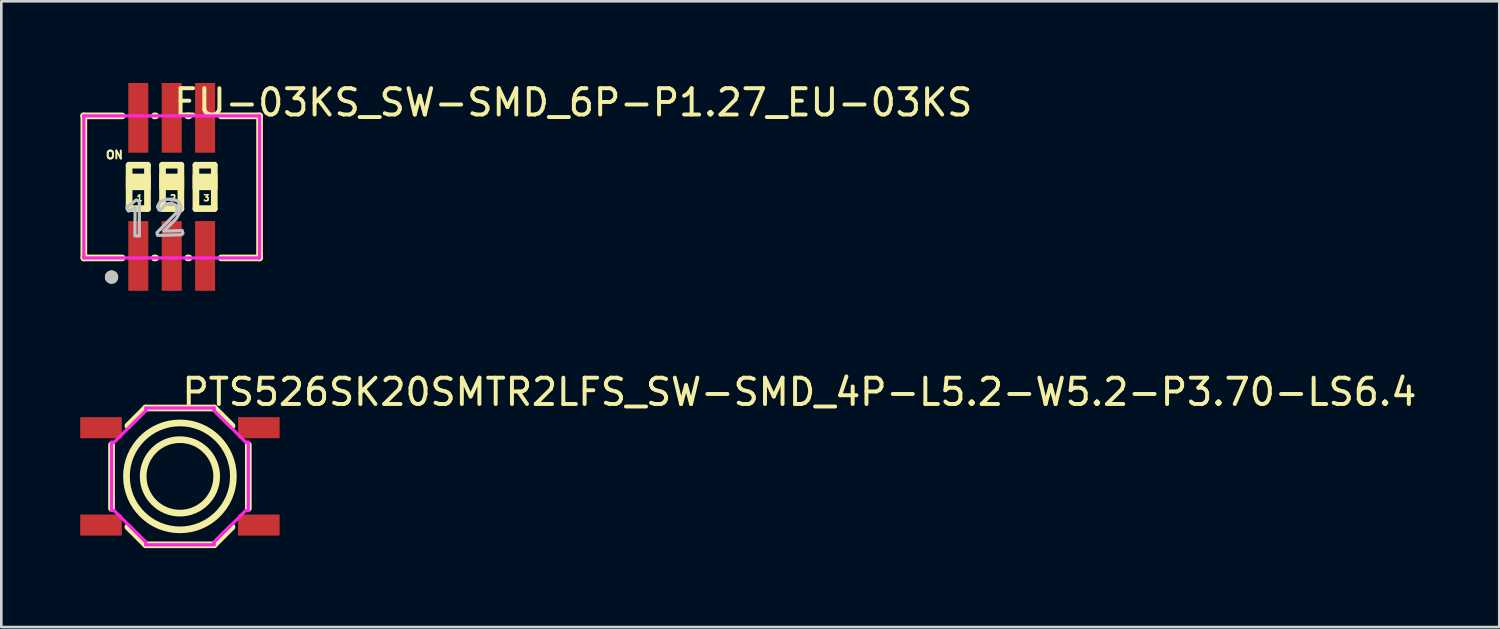
<source format=kicad_pcb>
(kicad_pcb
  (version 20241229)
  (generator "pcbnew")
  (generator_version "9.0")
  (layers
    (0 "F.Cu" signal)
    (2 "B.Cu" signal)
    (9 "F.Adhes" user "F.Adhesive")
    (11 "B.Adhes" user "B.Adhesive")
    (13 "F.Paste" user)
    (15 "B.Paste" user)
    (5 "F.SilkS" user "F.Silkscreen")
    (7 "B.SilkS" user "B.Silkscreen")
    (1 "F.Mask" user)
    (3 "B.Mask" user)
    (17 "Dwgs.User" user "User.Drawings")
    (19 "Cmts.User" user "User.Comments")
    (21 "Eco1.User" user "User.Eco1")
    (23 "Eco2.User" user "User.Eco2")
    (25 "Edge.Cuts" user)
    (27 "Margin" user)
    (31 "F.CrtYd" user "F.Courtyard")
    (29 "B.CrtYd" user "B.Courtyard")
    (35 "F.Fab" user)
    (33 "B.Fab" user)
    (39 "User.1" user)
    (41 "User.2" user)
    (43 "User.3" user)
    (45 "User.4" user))
  (footprint "PTS526SK20SMTR2LFS_SW-SMD_4P-L5.2-W5.2-P3.70-LS6.4"
    (layer "F.Cu")
    (at 3.79 15.06)
    (property "Reference" "PTS526SK20SMTR2LFS_SW-SMD_4P-L5.2-W5.2-P3.70-LS6.4" (at 0 -3.207 0) (layer "F.SilkS") (effects (font (size 1 1) (thickness 0.15)) (justify left)))
    (attr through_hole)
    (fp_line (start -2.6 -1.2) (end -2.6 1.219) (stroke (width 0.254) (type solid)) (layer "F.SilkS"))
    (fp_line (start -1.98 1.92) (end -1.3 2.6) (stroke (width 0.254) (type solid)) (layer "F.SilkS"))
    (fp_line (start -1.3 -2.6) (end -1.98 -1.92) (stroke (width 0.254) (type solid)) (layer "F.SilkS"))
    (fp_line (start -1.3 2.6) (end 1.3 2.6) (stroke (width 0.254) (type solid)) (layer "F.SilkS"))
    (fp_line (start 1.3 -2.6) (end -1.3 -2.6) (stroke (width 0.254) (type solid)) (layer "F.SilkS"))
    (fp_line (start 1.3 2.6) (end 1.98 1.92) (stroke (width 0.254) (type solid)) (layer "F.SilkS"))
    (fp_line (start 1.98 -1.92) (end 1.3 -2.6) (stroke (width 0.254) (type solid)) (layer "F.SilkS"))
    (fp_line (start 2.6 -1.2) (end 2.6 1.219) (stroke (width 0.254) (type solid)) (layer "F.SilkS"))
    (fp_circle (center 0 0) (end 1.397 0) (stroke (width 0.254) (type solid)) (fill no) (layer "F.SilkS"))
    (fp_circle (center 0 0) (end 2.032 0) (stroke (width 0.254) (type solid)) (fill no) (layer "F.SilkS"))
    (fp_line (start -2.71 -2.1) (end -1.6 -2.1) (stroke (width 0.12) (type solid)) (layer "Eco2.User"))
    (fp_line (start -2.71 -1.6) (end -2.71 -2.1) (stroke (width 0.12) (type solid)) (layer "Eco2.User"))
    (fp_line (start -2.71 1.6) (end -2.1 1.6) (stroke (width 0.12) (type solid)) (layer "Eco2.User"))
    (fp_line (start -2.71 2.1) (end -2.71 1.6) (stroke (width 0.12) (type solid)) (layer "Eco2.User"))
    (fp_line (start -2.1 -1.6) (end -2.71 -1.6) (stroke (width 0.12) (type solid)) (layer "Eco2.User"))
    (fp_line (start -2.1 1.6) (end -1.6 2.1) (stroke (width 0.12) (type solid)) (layer "Eco2.User"))
    (fp_line (start -1.6 -2.1) (end -2.1 -1.6) (stroke (width 0.12) (type solid)) (layer "Eco2.User"))
    (fp_line (start -1.6 2.1) (end -2.71 2.1) (stroke (width 0.12) (type solid)) (layer "Eco2.User"))
    (fp_line (start 1.6 -2.1) (end 2.71 -2.1) (stroke (width 0.12) (type solid)) (layer "Eco2.User"))
    (fp_line (start 1.6 2.1) (end 2.1 1.6) (stroke (width 0.12) (type solid)) (layer "Eco2.User"))
    (fp_line (start 2.1 -1.6) (end 1.6 -2.1) (stroke (width 0.12) (type solid)) (layer "Eco2.User"))
    (fp_line (start 2.1 1.6) (end 2.71 1.6) (stroke (width 0.12) (type solid)) (layer "Eco2.User"))
    (fp_line (start 2.71 -2.1) (end 2.71 -1.6) (stroke (width 0.12) (type solid)) (layer "Eco2.User"))
    (fp_line (start 2.71 -1.6) (end 2.1 -1.6) (stroke (width 0.12) (type solid)) (layer "Eco2.User"))
    (fp_line (start 2.71 1.6) (end 2.71 2.1) (stroke (width 0.12) (type solid)) (layer "Eco2.User"))
    (fp_line (start 2.71 2.1) (end 1.6 2.1) (stroke (width 0.12) (type solid)) (layer "Eco2.User"))
    (fp_circle (center -3.2 -2.6) (end -3.17 -2.6) (stroke (width 0.06) (type solid)) (fill no) (layer "Eco2.User"))
    (fp_poly (pts (xy -3.2 -1.6) (xy -3.2 -2.1) (xy -2.7 -2.1) (xy -2.7 -1.6)) (stroke (width 0.12) (type solid)) (fill no) (layer "Eco2.User"))
    (fp_poly (pts (xy -3.2 2.1) (xy -3.2 1.6) (xy -2.7 1.6) (xy -2.7 2.1)) (stroke (width 0.12) (type solid)) (fill no) (layer "Eco2.User"))
    (fp_poly (pts (xy 2.7 -1.6) (xy 2.7 -2.1) (xy 3.2 -2.1) (xy 3.2 -1.6)) (stroke (width 0.12) (type solid)) (fill no) (layer "Eco2.User"))
    (fp_poly (pts (xy 2.7 2.1) (xy 2.7 1.6) (xy 3.2 1.6) (xy 3.2 2.1)) (stroke (width 0.12) (type solid)) (fill no) (layer "Eco2.User"))
    (fp_line (start -2.6 -1.3) (end -2.5 -1.3) (stroke (width 0.12) (type solid)) (layer "F.CrtYd"))
    (fp_line (start -2.6 1.3) (end -2.6 -1.3) (stroke (width 0.12) (type solid)) (layer "F.CrtYd"))
    (fp_line (start -2.5 -1.3) (end -1.3 -2.5) (stroke (width 0.12) (type solid)) (layer "F.CrtYd"))
    (fp_line (start -2.5 1.3) (end -2.6 1.3) (stroke (width 0.12) (type solid)) (layer "F.CrtYd"))
    (fp_line (start -1.3 -2.6) (end 1.3 -2.6) (stroke (width 0.12) (type solid)) (layer "F.CrtYd"))
    (fp_line (start -1.3 -2.5) (end -1.3 -2.6) (stroke (width 0.12) (type solid)) (layer "F.CrtYd"))
    (fp_line (start -1.3 2.5) (end -2.5 1.3) (stroke (width 0.12) (type solid)) (layer "F.CrtYd"))
    (fp_line (start -1.3 2.6) (end -1.3 2.5) (stroke (width 0.12) (type solid)) (layer "F.CrtYd"))
    (fp_line (start 1.3 -2.6) (end 1.3 -2.5) (stroke (width 0.12) (type solid)) (layer "F.CrtYd"))
    (fp_line (start 1.3 -2.5) (end 2.5 -1.3) (stroke (width 0.12) (type solid)) (layer "F.CrtYd"))
    (fp_line (start 1.3 2.5) (end 1.3 2.6) (stroke (width 0.12) (type solid)) (layer "F.CrtYd"))
    (fp_line (start 1.3 2.6) (end -1.3 2.6) (stroke (width 0.12) (type solid)) (layer "F.CrtYd"))
    (fp_line (start 2.5 -1.3) (end 2.6 -1.3) (stroke (width 0.12) (type solid)) (layer "F.CrtYd"))
    (fp_line (start 2.5 1.3) (end 1.3 2.5) (stroke (width 0.12) (type solid)) (layer "F.CrtYd"))
    (fp_line (start 2.6 -1.3) (end 2.6 1.3) (stroke (width 0.12) (type solid)) (layer "F.CrtYd"))
    (fp_line (start 2.6 1.3) (end 2.5 1.3) (stroke (width 0.12) (type solid)) (layer "F.CrtYd"))
    (pad "1" smd rect (at -3 -1.85) (size 1.58 0.8) (layers "F.Cu" "F.Mask" "F.Paste"))
    (pad "2" smd rect (at 3 -1.85) (size 1.58 0.8) (layers "F.Cu" "F.Mask" "F.Paste"))
    (pad "3" smd rect (at -3 1.85) (size 1.58 0.8) (layers "F.Cu" "F.Mask" "F.Paste"))
    (pad "4" smd rect (at 3 1.85) (size 1.58 0.8) (layers "F.Cu" "F.Mask" "F.Paste")))
  (footprint "EU-03KS_SW-SMD_6P-P1.27_EU-03KS"
    (layer "F.Cu")
    (at 3.477 4.055)
    (property "Reference" "EU-03KS_SW-SMD_6P-P1.27_EU-03KS" (at 0 -3.207 0) (layer "F.SilkS") (effects (font (size 1 1) (thickness 0.15)) (justify left)))
    (attr through_hole)
    (fp_line (start -3.34 -2.7) (end -3.34 2.7) (stroke (width 0.254) (type solid)) (layer "F.SilkS"))
    (fp_line (start -3.34 2.7) (end -1.881 2.7) (stroke (width 0.254) (type solid)) (layer "F.SilkS"))
    (fp_line (start -1.881 -2.7) (end -3.35 -2.7) (stroke (width 0.254) (type solid)) (layer "F.SilkS"))
    (fp_line (start -1.619 -0.825) (end -0.921 -0.825) (stroke (width 0.254) (type solid)) (layer "F.SilkS"))
    (fp_line (start -1.619 0.826) (end -1.619 -0.825) (stroke (width 0.254) (type solid)) (layer "F.SilkS"))
    (fp_line (start -0.921 -0.825) (end -0.921 0.826) (stroke (width 0.254) (type solid)) (layer "F.SilkS"))
    (fp_line (start -0.921 0.826) (end -1.619 0.826) (stroke (width 0.254) (type solid)) (layer "F.SilkS"))
    (fp_line (start -0.659 2.7) (end -0.611 2.7) (stroke (width 0.254) (type solid)) (layer "F.SilkS"))
    (fp_line (start -0.611 -2.7) (end -0.659 -2.7) (stroke (width 0.254) (type solid)) (layer "F.SilkS"))
    (fp_line (start -0.349 -0.825) (end 0.349 -0.825) (stroke (width 0.254) (type solid)) (layer "F.SilkS"))
    (fp_line (start -0.349 0.826) (end -0.349 -0.825) (stroke (width 0.254) (type solid)) (layer "F.SilkS"))
    (fp_line (start 0.349 -0.825) (end 0.349 0.826) (stroke (width 0.254) (type solid)) (layer "F.SilkS"))
    (fp_line (start 0.349 0.826) (end -0.349 0.826) (stroke (width 0.254) (type solid)) (layer "F.SilkS"))
    (fp_line (start 0.611 2.7) (end 0.659 2.7) (stroke (width 0.254) (type solid)) (layer "F.SilkS"))
    (fp_line (start 0.659 -2.7) (end 0.611 -2.7) (stroke (width 0.254) (type solid)) (layer "F.SilkS"))
    (fp_line (start 0.921 -0.825) (end 1.619 -0.825) (stroke (width 0.254) (type solid)) (layer "F.SilkS"))
    (fp_line (start 0.921 0.826) (end 0.921 -0.825) (stroke (width 0.254) (type solid)) (layer "F.SilkS"))
    (fp_line (start 1.619 -0.825) (end 1.619 0.826) (stroke (width 0.254) (type solid)) (layer "F.SilkS"))
    (fp_line (start 1.619 0.826) (end 0.921 0.826) (stroke (width 0.254) (type solid)) (layer "F.SilkS"))
    (fp_line (start 1.881 2.7) (end 3.34 2.7) (stroke (width 0.254) (type solid)) (layer "F.SilkS"))
    (fp_line (start 3.34 -2.7) (end 1.881 -2.7) (stroke (width 0.254) (type solid)) (layer "F.SilkS"))
    (fp_line (start 3.34 2.7) (end 3.34 -2.7) (stroke (width 0.254) (type solid)) (layer "F.SilkS"))
    (fp_circle (center -2.286 3.429) (end -2.159 3.429) (stroke (width 0.254) (type solid)) (fill no) (layer "F.SilkS"))
    (fp_poly (pts (xy -1.683 -0.444) (xy -0.857 -0.444) (xy -0.857 0.064) (xy -1.683 0.064)) (stroke (width 0.12) (type solid)) (fill yes) (layer "F.SilkS"))
    (fp_poly (pts (xy -0.413 -0.444) (xy 0.413 -0.444) (xy 0.413 0.064) (xy -0.413 0.064)) (stroke (width 0.12) (type solid)) (fill yes) (layer "F.SilkS"))
    (fp_poly (pts (xy 0.857 -0.444) (xy 1.683 -0.444) (xy 1.683 0.064) (xy 0.857 0.064)) (stroke (width 0.12) (type solid)) (fill yes) (layer "F.SilkS"))
    (fp_circle (center -2.286 3.429) (end -2.159 3.429) (stroke (width 0.254) (type solid)) (fill no) (layer "Dwgs.User"))
    (fp_poly (pts (xy -1.68 0.84) (xy -1.64 0.92) (xy -1.39 0.78) (xy -1.4 1.86) (xy -1.23 1.87) (xy -1.23 0.56) (xy -1.34 0.49) (xy -1.7 0.77)) (stroke (width 0.12) (type solid)) (fill no) (layer "Dwgs.User"))
    (fp_poly (pts (xy -0.4 0.87) (xy -0.3 0.73) (xy -0.18 0.64) (xy 0.02 0.63) (xy 0.18 0.71) (xy 0.21 0.82) (xy 0.18 0.98) (xy -0.56 1.74) (xy -0.54 1.84) (xy -0.39 1.84) (xy 0.38 1.82) (xy 0.43 1.76) (xy 0.4 1.66) (xy -0.3 1.68) (xy 0.18 1.2) (xy 0.33 0.93) (xy 0.35 0.72) (xy 0.27 0.57) (xy 0.08 0.47) (xy -0.2 0.47) (xy -0.44 0.56) (xy -0.54 0.75) (xy -0.48 0.88)) (stroke (width 0.12) (type solid)) (fill no) (layer "Dwgs.User"))
    (fp_circle (center -3.34 2.9) (end -3.31 2.9) (stroke (width 0.06) (type solid)) (fill no) (layer "Eco2.User"))
    (fp_poly (pts (xy -1.07 -2.9) (xy -1.07 -1.6) (xy -1.47 -1.6) (xy -1.47 -2.9)) (stroke (width 0.12) (type solid)) (fill no) (layer "Eco2.User"))
    (fp_poly (pts (xy -1.07 1.6) (xy -1.07 2.9) (xy -1.47 2.9) (xy -1.47 1.6)) (stroke (width 0.12) (type solid)) (fill no) (layer "Eco2.User"))
    (fp_poly (pts (xy 0.2 -2.9) (xy 0.2 -1.6) (xy -0.2 -1.6) (xy -0.2 -2.9)) (stroke (width 0.12) (type solid)) (fill no) (layer "Eco2.User"))
    (fp_poly (pts (xy 0.2 1.6) (xy 0.2 2.9) (xy -0.2 2.9) (xy -0.2 1.6)) (stroke (width 0.12) (type solid)) (fill no) (layer "Eco2.User"))
    (fp_poly (pts (xy 1.47 -2.9) (xy 1.47 -1.6) (xy 1.07 -1.6) (xy 1.07 -2.9)) (stroke (width 0.12) (type solid)) (fill no) (layer "Eco2.User"))
    (fp_poly (pts (xy 1.47 1.6) (xy 1.47 2.9) (xy 1.07 2.9) (xy 1.07 1.6)) (stroke (width 0.12) (type solid)) (fill no) (layer "Eco2.User"))
    (fp_line (start -3.34 -2.7) (end 3.34 -2.7) (stroke (width 0.12) (type solid)) (layer "F.CrtYd"))
    (fp_line (start -3.34 2.7) (end -3.34 -2.7) (stroke (width 0.12) (type solid)) (layer "F.CrtYd"))
    (fp_line (start 3.34 -2.7) (end 3.34 2.7) (stroke (width 0.12) (type solid)) (layer "F.CrtYd"))
    (fp_line (start 3.34 2.7) (end -3.34 2.7) (stroke (width 0.12) (type solid)) (layer "F.CrtYd"))
    (fp_text user "2" (at -0.095 0.422 0) (layer "F.SilkS") (effects (font (size 0.225 0.225) (thickness 0.1)) (justify left)))
    (fp_text user "1" (at -1.365 0.422 0) (layer "F.SilkS") (effects (font (size 0.225 0.225) (thickness 0.1)) (justify left)))
    (fp_text user "ON" (at -2.54 -1.216 0) (layer "F.SilkS") (effects (font (size 0.3 0.3) (thickness 0.1)) (justify left)))
    (fp_text user "3" (at 1.175 0.422 0) (layer "F.SilkS") (effects (font (size 0.225 0.225) (thickness 0.1)) (justify left)))
    (pad "1" smd rect (at -1.27 2.625 90) (size 2.65 0.76) (layers "F.Cu" "F.Mask" "F.Paste"))
    (pad "2" smd rect (at 0 2.625 90) (size 2.65 0.76) (layers "F.Cu" "F.Mask" "F.Paste"))
    (pad "3" smd rect (at 1.27 2.625 90) (size 2.65 0.76) (layers "F.Cu" "F.Mask" "F.Paste"))
    (pad "4" smd rect (at 1.27 -2.625 90) (size 2.65 0.76) (layers "F.Cu" "F.Mask" "F.Paste"))
    (pad "5" smd rect (at 0 -2.625 90) (size 2.65 0.76) (layers "F.Cu" "F.Mask" "F.Paste"))
    (pad "6" smd rect (at -1.27 -2.625 90) (size 2.65 0.76) (layers "F.Cu" "F.Mask" "F.Paste")))
  (gr_rect
    (start -3 -3)
    (end 53.945 20.788)
    (stroke (width 0.1) (type default))
    (fill no)
    (layer "Edge.Cuts")))
</source>
